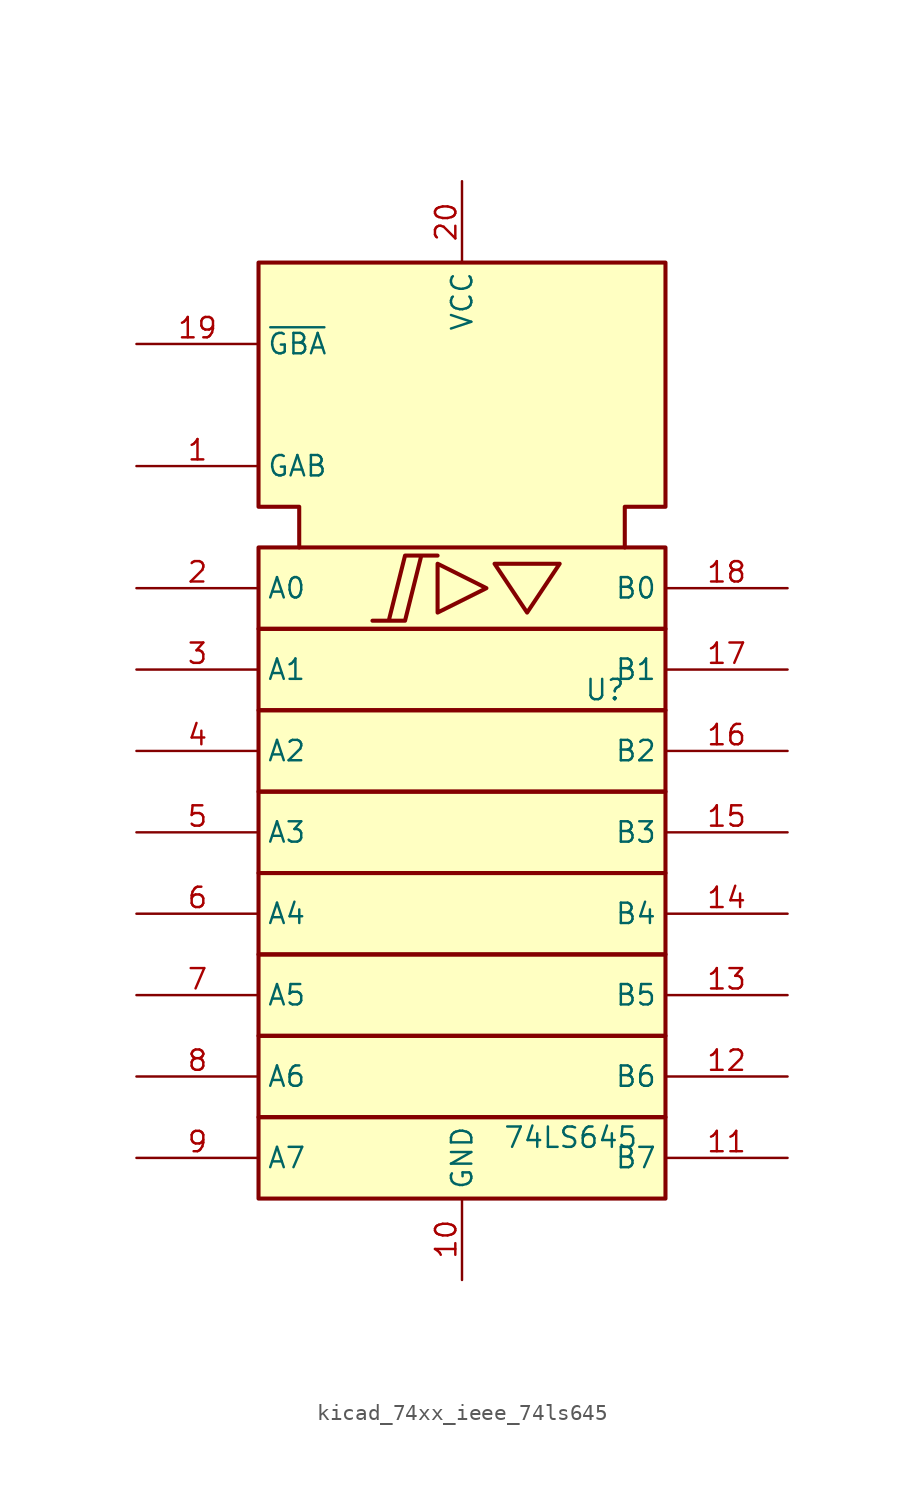
<source format=kicad_sym>
(kicad_symbol_lib
  (version 20220914)
  (generator kicad_symbol_editor)
  (symbol "kicad_74xx_ieee_74ls645"
    (property "Reference" "U"
      (at 7.62 19.05 0)
      (effects (font (size 1.27 1.27)) (justify left)))
    (property "Value" "74LS645"
      (at 2.54 -8.89 0)
      (effects (font (size 1.27 1.27)) (justify left)))
    (symbol "kicad_74xx_ieee_74ls645_0_0"
      (polyline (pts (xy -1.524 26.924) (xy -1.524 23.876) (xy 1.524 25.4) (xy -1.524 26.924) (xy -1.524 26.924)) (stroke (width 0.254) (type default)) (fill (type background)))
      (polyline (pts (xy 2.032 26.924) (xy 6.096 26.924) (xy 4.064 23.876) (xy 2.032 26.924) (xy 2.032 26.924)) (stroke (width 0.254) (type default)) (fill (type background)))
      (polyline (pts (xy -5.588 23.368) (xy -3.556 23.368) (xy -2.54 27.432) (xy -1.524 27.432) (xy -3.556 27.432) (xy -4.572 23.368) (xy -4.572 23.368)) (stroke (width 0.254) (type default)) (fill (type background)))
      (pin power_in line (at 0 -17.78 90) (length 5.08) (name "GND" (effects (font (size 1.27 1.27)))) (number "10" (effects (font (size 1.27 1.27)))))
      (pin power_in line (at 0 50.8 270) (length 5.08) (name "VCC" (effects (font (size 1.27 1.27)))) (number "20" (effects (font (size 1.27 1.27))))))
    (symbol "kicad_74xx_ieee_74ls645_0_1"
      (rectangle (start -12.7 -7.62) (end 12.7 -12.7) (stroke (width 0.254) (type default)) (fill (type background)))
      (rectangle (start -12.7 -2.54) (end 12.7 -7.62) (stroke (width 0.254) (type default)) (fill (type background)))
      (rectangle (start -12.7 2.54) (end 12.7 -2.54) (stroke (width 0.254) (type default)) (fill (type background)))
      (rectangle (start -12.7 7.62) (end 12.7 2.54) (stroke (width 0.254) (type default)) (fill (type background)))
      (rectangle (start -12.7 12.7) (end 12.7 7.62) (stroke (width 0.254) (type default)) (fill (type background)))
      (rectangle (start -12.7 17.78) (end 12.7 12.7) (stroke (width 0.254) (type default)) (fill (type background)))
      (rectangle (start -12.7 22.86) (end 12.7 17.78) (stroke (width 0.254) (type default)) (fill (type background)))
      (rectangle (start -12.7 27.94) (end 12.7 22.86) (stroke (width 0.254) (type default)) (fill (type background)))
      (polyline (pts (xy -10.16 27.94) (xy -10.16 30.48) (xy -12.7 30.48) (xy -12.7 45.72) (xy 12.7 45.72) (xy 12.7 30.48) (xy 10.16 30.48) (xy 10.16 27.94) (xy 10.16 27.94)) (stroke (width 0.254) (type default)) (fill (type background))))
    (symbol "kicad_74xx_ieee_74ls645_1_1"
      (pin input line (at -20.32 33.02 0) (length 7.62) (name "GAB" (effects (font (size 1.27 1.27)))) (number "1" (effects (font (size 1.27 1.27)))))
      (pin tri_state line (at 20.32 -10.16 180) (length 7.62) (name "B7" (effects (font (size 1.27 1.27)))) (number "11" (effects (font (size 1.27 1.27)))))
      (pin tri_state line (at 20.32 -5.08 180) (length 7.62) (name "B6" (effects (font (size 1.27 1.27)))) (number "12" (effects (font (size 1.27 1.27)))))
      (pin tri_state line (at 20.32 0 180) (length 7.62) (name "B5" (effects (font (size 1.27 1.27)))) (number "13" (effects (font (size 1.27 1.27)))))
      (pin tri_state line (at 20.32 5.08 180) (length 7.62) (name "B4" (effects (font (size 1.27 1.27)))) (number "14" (effects (font (size 1.27 1.27)))))
      (pin tri_state line (at 20.32 10.16 180) (length 7.62) (name "B3" (effects (font (size 1.27 1.27)))) (number "15" (effects (font (size 1.27 1.27)))))
      (pin tri_state line (at 20.32 15.24 180) (length 7.62) (name "B2" (effects (font (size 1.27 1.27)))) (number "16" (effects (font (size 1.27 1.27)))))
      (pin tri_state line (at 20.32 20.32 180) (length 7.62) (name "B1" (effects (font (size 1.27 1.27)))) (number "17" (effects (font (size 1.27 1.27)))))
      (pin tri_state line (at 20.32 25.4 180) (length 7.62) (name "B0" (effects (font (size 1.27 1.27)))) (number "18" (effects (font (size 1.27 1.27)))))
      (pin input line (at -20.32 40.64 0) (length 7.62) (name "~{GBA}" (effects (font (size 1.27 1.27)))) (number "19" (effects (font (size 1.27 1.27)))))
      (pin tri_state line (at -20.32 25.4 0) (length 7.62) (name "A0" (effects (font (size 1.27 1.27)))) (number "2" (effects (font (size 1.27 1.27)))))
      (pin tri_state line (at -20.32 20.32 0) (length 7.62) (name "A1" (effects (font (size 1.27 1.27)))) (number "3" (effects (font (size 1.27 1.27)))))
      (pin tri_state line (at -20.32 15.24 0) (length 7.62) (name "A2" (effects (font (size 1.27 1.27)))) (number "4" (effects (font (size 1.27 1.27)))))
      (pin tri_state line (at -20.32 10.16 0) (length 7.62) (name "A3" (effects (font (size 1.27 1.27)))) (number "5" (effects (font (size 1.27 1.27)))))
      (pin tri_state line (at -20.32 5.08 0) (length 7.62) (name "A4" (effects (font (size 1.27 1.27)))) (number "6" (effects (font (size 1.27 1.27)))))
      (pin tri_state line (at -20.32 0 0) (length 7.62) (name "A5" (effects (font (size 1.27 1.27)))) (number "7" (effects (font (size 1.27 1.27)))))
      (pin tri_state line (at -20.32 -5.08 0) (length 7.62) (name "A6" (effects (font (size 1.27 1.27)))) (number "8" (effects (font (size 1.27 1.27)))))
      (pin tri_state line (at -20.32 -10.16 0) (length 7.62) (name "A7" (effects (font (size 1.27 1.27)))) (number "9" (effects (font (size 1.27 1.27))))))))
</source>
